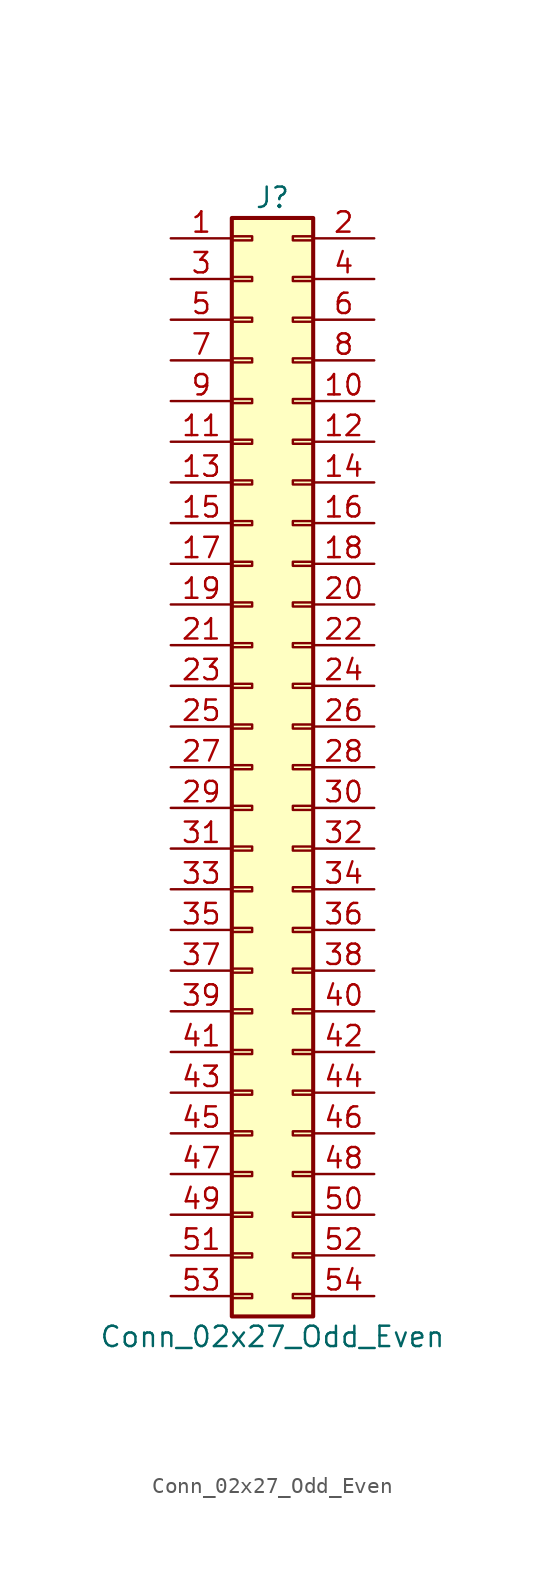
<source format=kicad_sym>
(kicad_symbol_lib
  (version 20220914)
  (generator kicad_symbol_editor)
  (symbol "Conn_02x27_Odd_Even"
    (pin_names
      (offset 1.016) hide)
    (property "Reference" "J"
      (at 1.27 35.56 0)
      (effects (font (size 1.27 1.27))))
    (property "Value" "Conn_02x27_Odd_Even"
      (at 1.27 -35.56 0)
      (effects (font (size 1.27 1.27))))
    (symbol "Conn_02x27_Odd_Even_1_1"
      (rectangle (start -1.27 -32.893) (end 0 -33.147) (stroke (width 0.152) (type default)) (fill (type none)))
      (rectangle (start -1.27 -30.353) (end 0 -30.607) (stroke (width 0.152) (type default)) (fill (type none)))
      (rectangle (start -1.27 -27.813) (end 0 -28.067) (stroke (width 0.152) (type default)) (fill (type none)))
      (rectangle (start -1.27 -25.273) (end 0 -25.527) (stroke (width 0.152) (type default)) (fill (type none)))
      (rectangle (start -1.27 -22.733) (end 0 -22.987) (stroke (width 0.152) (type default)) (fill (type none)))
      (rectangle (start -1.27 -20.193) (end 0 -20.447) (stroke (width 0.152) (type default)) (fill (type none)))
      (rectangle (start -1.27 -17.653) (end 0 -17.907) (stroke (width 0.152) (type default)) (fill (type none)))
      (rectangle (start -1.27 -15.113) (end 0 -15.367) (stroke (width 0.152) (type default)) (fill (type none)))
      (rectangle (start -1.27 -12.573) (end 0 -12.827) (stroke (width 0.152) (type default)) (fill (type none)))
      (rectangle (start -1.27 -10.033) (end 0 -10.287) (stroke (width 0.152) (type default)) (fill (type none)))
      (rectangle (start -1.27 -7.493) (end 0 -7.747) (stroke (width 0.152) (type default)) (fill (type none)))
      (rectangle (start -1.27 -4.953) (end 0 -5.207) (stroke (width 0.152) (type default)) (fill (type none)))
      (rectangle (start -1.27 -2.413) (end 0 -2.667) (stroke (width 0.152) (type default)) (fill (type none)))
      (rectangle (start -1.27 0.127) (end 0 -0.127) (stroke (width 0.152) (type default)) (fill (type none)))
      (rectangle (start -1.27 2.667) (end 0 2.413) (stroke (width 0.152) (type default)) (fill (type none)))
      (rectangle (start -1.27 5.207) (end 0 4.953) (stroke (width 0.152) (type default)) (fill (type none)))
      (rectangle (start -1.27 7.747) (end 0 7.493) (stroke (width 0.152) (type default)) (fill (type none)))
      (rectangle (start -1.27 10.287) (end 0 10.033) (stroke (width 0.152) (type default)) (fill (type none)))
      (rectangle (start -1.27 12.827) (end 0 12.573) (stroke (width 0.152) (type default)) (fill (type none)))
      (rectangle (start -1.27 15.367) (end 0 15.113) (stroke (width 0.152) (type default)) (fill (type none)))
      (rectangle (start -1.27 17.907) (end 0 17.653) (stroke (width 0.152) (type default)) (fill (type none)))
      (rectangle (start -1.27 20.447) (end 0 20.193) (stroke (width 0.152) (type default)) (fill (type none)))
      (rectangle (start -1.27 22.987) (end 0 22.733) (stroke (width 0.152) (type default)) (fill (type none)))
      (rectangle (start -1.27 25.527) (end 0 25.273) (stroke (width 0.152) (type default)) (fill (type none)))
      (rectangle (start -1.27 28.067) (end 0 27.813) (stroke (width 0.152) (type default)) (fill (type none)))
      (rectangle (start -1.27 30.607) (end 0 30.353) (stroke (width 0.152) (type default)) (fill (type none)))
      (rectangle (start -1.27 33.147) (end 0 32.893) (stroke (width 0.152) (type default)) (fill (type none)))
      (rectangle (start -1.27 34.29) (end 3.81 -34.29) (stroke (width 0.254) (type default)) (fill (type background)))
      (rectangle (start 3.81 -32.893) (end 2.54 -33.147) (stroke (width 0.152) (type default)) (fill (type none)))
      (rectangle (start 3.81 -30.353) (end 2.54 -30.607) (stroke (width 0.152) (type default)) (fill (type none)))
      (rectangle (start 3.81 -27.813) (end 2.54 -28.067) (stroke (width 0.152) (type default)) (fill (type none)))
      (rectangle (start 3.81 -25.273) (end 2.54 -25.527) (stroke (width 0.152) (type default)) (fill (type none)))
      (rectangle (start 3.81 -22.733) (end 2.54 -22.987) (stroke (width 0.152) (type default)) (fill (type none)))
      (rectangle (start 3.81 -20.193) (end 2.54 -20.447) (stroke (width 0.152) (type default)) (fill (type none)))
      (rectangle (start 3.81 -17.653) (end 2.54 -17.907) (stroke (width 0.152) (type default)) (fill (type none)))
      (rectangle (start 3.81 -15.113) (end 2.54 -15.367) (stroke (width 0.152) (type default)) (fill (type none)))
      (rectangle (start 3.81 -12.573) (end 2.54 -12.827) (stroke (width 0.152) (type default)) (fill (type none)))
      (rectangle (start 3.81 -10.033) (end 2.54 -10.287) (stroke (width 0.152) (type default)) (fill (type none)))
      (rectangle (start 3.81 -7.493) (end 2.54 -7.747) (stroke (width 0.152) (type default)) (fill (type none)))
      (rectangle (start 3.81 -4.953) (end 2.54 -5.207) (stroke (width 0.152) (type default)) (fill (type none)))
      (rectangle (start 3.81 -2.413) (end 2.54 -2.667) (stroke (width 0.152) (type default)) (fill (type none)))
      (rectangle (start 3.81 0.127) (end 2.54 -0.127) (stroke (width 0.152) (type default)) (fill (type none)))
      (rectangle (start 3.81 2.667) (end 2.54 2.413) (stroke (width 0.152) (type default)) (fill (type none)))
      (rectangle (start 3.81 5.207) (end 2.54 4.953) (stroke (width 0.152) (type default)) (fill (type none)))
      (rectangle (start 3.81 7.747) (end 2.54 7.493) (stroke (width 0.152) (type default)) (fill (type none)))
      (rectangle (start 3.81 10.287) (end 2.54 10.033) (stroke (width 0.152) (type default)) (fill (type none)))
      (rectangle (start 3.81 12.827) (end 2.54 12.573) (stroke (width 0.152) (type default)) (fill (type none)))
      (rectangle (start 3.81 15.367) (end 2.54 15.113) (stroke (width 0.152) (type default)) (fill (type none)))
      (rectangle (start 3.81 17.907) (end 2.54 17.653) (stroke (width 0.152) (type default)) (fill (type none)))
      (rectangle (start 3.81 20.447) (end 2.54 20.193) (stroke (width 0.152) (type default)) (fill (type none)))
      (rectangle (start 3.81 22.987) (end 2.54 22.733) (stroke (width 0.152) (type default)) (fill (type none)))
      (rectangle (start 3.81 25.527) (end 2.54 25.273) (stroke (width 0.152) (type default)) (fill (type none)))
      (rectangle (start 3.81 28.067) (end 2.54 27.813) (stroke (width 0.152) (type default)) (fill (type none)))
      (rectangle (start 3.81 30.607) (end 2.54 30.353) (stroke (width 0.152) (type default)) (fill (type none)))
      (rectangle (start 3.81 33.147) (end 2.54 32.893) (stroke (width 0.152) (type default)) (fill (type none)))
      (pin passive line (at -5.08 33.02 0) (length 3.81) (name "Pin_1" (effects (font (size 1.27 1.27)))) (number "1" (effects (font (size 1.27 1.27)))))
      (pin passive line (at 7.62 22.86 180) (length 3.81) (name "Pin_10" (effects (font (size 1.27 1.27)))) (number "10" (effects (font (size 1.27 1.27)))))
      (pin passive line (at -5.08 20.32 0) (length 3.81) (name "Pin_11" (effects (font (size 1.27 1.27)))) (number "11" (effects (font (size 1.27 1.27)))))
      (pin passive line (at 7.62 20.32 180) (length 3.81) (name "Pin_12" (effects (font (size 1.27 1.27)))) (number "12" (effects (font (size 1.27 1.27)))))
      (pin passive line (at -5.08 17.78 0) (length 3.81) (name "Pin_13" (effects (font (size 1.27 1.27)))) (number "13" (effects (font (size 1.27 1.27)))))
      (pin passive line (at 7.62 17.78 180) (length 3.81) (name "Pin_14" (effects (font (size 1.27 1.27)))) (number "14" (effects (font (size 1.27 1.27)))))
      (pin passive line (at -5.08 15.24 0) (length 3.81) (name "Pin_15" (effects (font (size 1.27 1.27)))) (number "15" (effects (font (size 1.27 1.27)))))
      (pin passive line (at 7.62 15.24 180) (length 3.81) (name "Pin_16" (effects (font (size 1.27 1.27)))) (number "16" (effects (font (size 1.27 1.27)))))
      (pin passive line (at -5.08 12.7 0) (length 3.81) (name "Pin_17" (effects (font (size 1.27 1.27)))) (number "17" (effects (font (size 1.27 1.27)))))
      (pin passive line (at 7.62 12.7 180) (length 3.81) (name "Pin_18" (effects (font (size 1.27 1.27)))) (number "18" (effects (font (size 1.27 1.27)))))
      (pin passive line (at -5.08 10.16 0) (length 3.81) (name "Pin_19" (effects (font (size 1.27 1.27)))) (number "19" (effects (font (size 1.27 1.27)))))
      (pin passive line (at 7.62 33.02 180) (length 3.81) (name "Pin_2" (effects (font (size 1.27 1.27)))) (number "2" (effects (font (size 1.27 1.27)))))
      (pin passive line (at 7.62 10.16 180) (length 3.81) (name "Pin_20" (effects (font (size 1.27 1.27)))) (number "20" (effects (font (size 1.27 1.27)))))
      (pin passive line (at -5.08 7.62 0) (length 3.81) (name "Pin_21" (effects (font (size 1.27 1.27)))) (number "21" (effects (font (size 1.27 1.27)))))
      (pin passive line (at 7.62 7.62 180) (length 3.81) (name "Pin_22" (effects (font (size 1.27 1.27)))) (number "22" (effects (font (size 1.27 1.27)))))
      (pin passive line (at -5.08 5.08 0) (length 3.81) (name "Pin_23" (effects (font (size 1.27 1.27)))) (number "23" (effects (font (size 1.27 1.27)))))
      (pin passive line (at 7.62 5.08 180) (length 3.81) (name "Pin_24" (effects (font (size 1.27 1.27)))) (number "24" (effects (font (size 1.27 1.27)))))
      (pin passive line (at -5.08 2.54 0) (length 3.81) (name "Pin_25" (effects (font (size 1.27 1.27)))) (number "25" (effects (font (size 1.27 1.27)))))
      (pin passive line (at 7.62 2.54 180) (length 3.81) (name "Pin_26" (effects (font (size 1.27 1.27)))) (number "26" (effects (font (size 1.27 1.27)))))
      (pin passive line (at -5.08 0 0) (length 3.81) (name "Pin_27" (effects (font (size 1.27 1.27)))) (number "27" (effects (font (size 1.27 1.27)))))
      (pin passive line (at 7.62 0 180) (length 3.81) (name "Pin_28" (effects (font (size 1.27 1.27)))) (number "28" (effects (font (size 1.27 1.27)))))
      (pin passive line (at -5.08 -2.54 0) (length 3.81) (name "Pin_29" (effects (font (size 1.27 1.27)))) (number "29" (effects (font (size 1.27 1.27)))))
      (pin passive line (at -5.08 30.48 0) (length 3.81) (name "Pin_3" (effects (font (size 1.27 1.27)))) (number "3" (effects (font (size 1.27 1.27)))))
      (pin passive line (at 7.62 -2.54 180) (length 3.81) (name "Pin_30" (effects (font (size 1.27 1.27)))) (number "30" (effects (font (size 1.27 1.27)))))
      (pin passive line (at -5.08 -5.08 0) (length 3.81) (name "Pin_31" (effects (font (size 1.27 1.27)))) (number "31" (effects (font (size 1.27 1.27)))))
      (pin passive line (at 7.62 -5.08 180) (length 3.81) (name "Pin_32" (effects (font (size 1.27 1.27)))) (number "32" (effects (font (size 1.27 1.27)))))
      (pin passive line (at -5.08 -7.62 0) (length 3.81) (name "Pin_33" (effects (font (size 1.27 1.27)))) (number "33" (effects (font (size 1.27 1.27)))))
      (pin passive line (at 7.62 -7.62 180) (length 3.81) (name "Pin_34" (effects (font (size 1.27 1.27)))) (number "34" (effects (font (size 1.27 1.27)))))
      (pin passive line (at -5.08 -10.16 0) (length 3.81) (name "Pin_35" (effects (font (size 1.27 1.27)))) (number "35" (effects (font (size 1.27 1.27)))))
      (pin passive line (at 7.62 -10.16 180) (length 3.81) (name "Pin_36" (effects (font (size 1.27 1.27)))) (number "36" (effects (font (size 1.27 1.27)))))
      (pin passive line (at -5.08 -12.7 0) (length 3.81) (name "Pin_37" (effects (font (size 1.27 1.27)))) (number "37" (effects (font (size 1.27 1.27)))))
      (pin passive line (at 7.62 -12.7 180) (length 3.81) (name "Pin_38" (effects (font (size 1.27 1.27)))) (number "38" (effects (font (size 1.27 1.27)))))
      (pin passive line (at -5.08 -15.24 0) (length 3.81) (name "Pin_39" (effects (font (size 1.27 1.27)))) (number "39" (effects (font (size 1.27 1.27)))))
      (pin passive line (at 7.62 30.48 180) (length 3.81) (name "Pin_4" (effects (font (size 1.27 1.27)))) (number "4" (effects (font (size 1.27 1.27)))))
      (pin passive line (at 7.62 -15.24 180) (length 3.81) (name "Pin_40" (effects (font (size 1.27 1.27)))) (number "40" (effects (font (size 1.27 1.27)))))
      (pin passive line (at -5.08 -17.78 0) (length 3.81) (name "Pin_41" (effects (font (size 1.27 1.27)))) (number "41" (effects (font (size 1.27 1.27)))))
      (pin passive line (at 7.62 -17.78 180) (length 3.81) (name "Pin_42" (effects (font (size 1.27 1.27)))) (number "42" (effects (font (size 1.27 1.27)))))
      (pin passive line (at -5.08 -20.32 0) (length 3.81) (name "Pin_43" (effects (font (size 1.27 1.27)))) (number "43" (effects (font (size 1.27 1.27)))))
      (pin passive line (at 7.62 -20.32 180) (length 3.81) (name "Pin_44" (effects (font (size 1.27 1.27)))) (number "44" (effects (font (size 1.27 1.27)))))
      (pin passive line (at -5.08 -22.86 0) (length 3.81) (name "Pin_45" (effects (font (size 1.27 1.27)))) (number "45" (effects (font (size 1.27 1.27)))))
      (pin passive line (at 7.62 -22.86 180) (length 3.81) (name "Pin_46" (effects (font (size 1.27 1.27)))) (number "46" (effects (font (size 1.27 1.27)))))
      (pin passive line (at -5.08 -25.4 0) (length 3.81) (name "Pin_47" (effects (font (size 1.27 1.27)))) (number "47" (effects (font (size 1.27 1.27)))))
      (pin passive line (at 7.62 -25.4 180) (length 3.81) (name "Pin_48" (effects (font (size 1.27 1.27)))) (number "48" (effects (font (size 1.27 1.27)))))
      (pin passive line (at -5.08 -27.94 0) (length 3.81) (name "Pin_49" (effects (font (size 1.27 1.27)))) (number "49" (effects (font (size 1.27 1.27)))))
      (pin passive line (at -5.08 27.94 0) (length 3.81) (name "Pin_5" (effects (font (size 1.27 1.27)))) (number "5" (effects (font (size 1.27 1.27)))))
      (pin passive line (at 7.62 -27.94 180) (length 3.81) (name "Pin_50" (effects (font (size 1.27 1.27)))) (number "50" (effects (font (size 1.27 1.27)))))
      (pin passive line (at -5.08 -30.48 0) (length 3.81) (name "Pin_51" (effects (font (size 1.27 1.27)))) (number "51" (effects (font (size 1.27 1.27)))))
      (pin passive line (at 7.62 -30.48 180) (length 3.81) (name "Pin_52" (effects (font (size 1.27 1.27)))) (number "52" (effects (font (size 1.27 1.27)))))
      (pin passive line (at -5.08 -33.02 0) (length 3.81) (name "Pin_53" (effects (font (size 1.27 1.27)))) (number "53" (effects (font (size 1.27 1.27)))))
      (pin passive line (at 7.62 -33.02 180) (length 3.81) (name "Pin_54" (effects (font (size 1.27 1.27)))) (number "54" (effects (font (size 1.27 1.27)))))
      (pin passive line (at 7.62 27.94 180) (length 3.81) (name "Pin_6" (effects (font (size 1.27 1.27)))) (number "6" (effects (font (size 1.27 1.27)))))
      (pin passive line (at -5.08 25.4 0) (length 3.81) (name "Pin_7" (effects (font (size 1.27 1.27)))) (number "7" (effects (font (size 1.27 1.27)))))
      (pin passive line (at 7.62 25.4 180) (length 3.81) (name "Pin_8" (effects (font (size 1.27 1.27)))) (number "8" (effects (font (size 1.27 1.27)))))
      (pin passive line (at -5.08 22.86 0) (length 3.81) (name "Pin_9" (effects (font (size 1.27 1.27)))) (number "9" (effects (font (size 1.27 1.27))))))))
</source>
